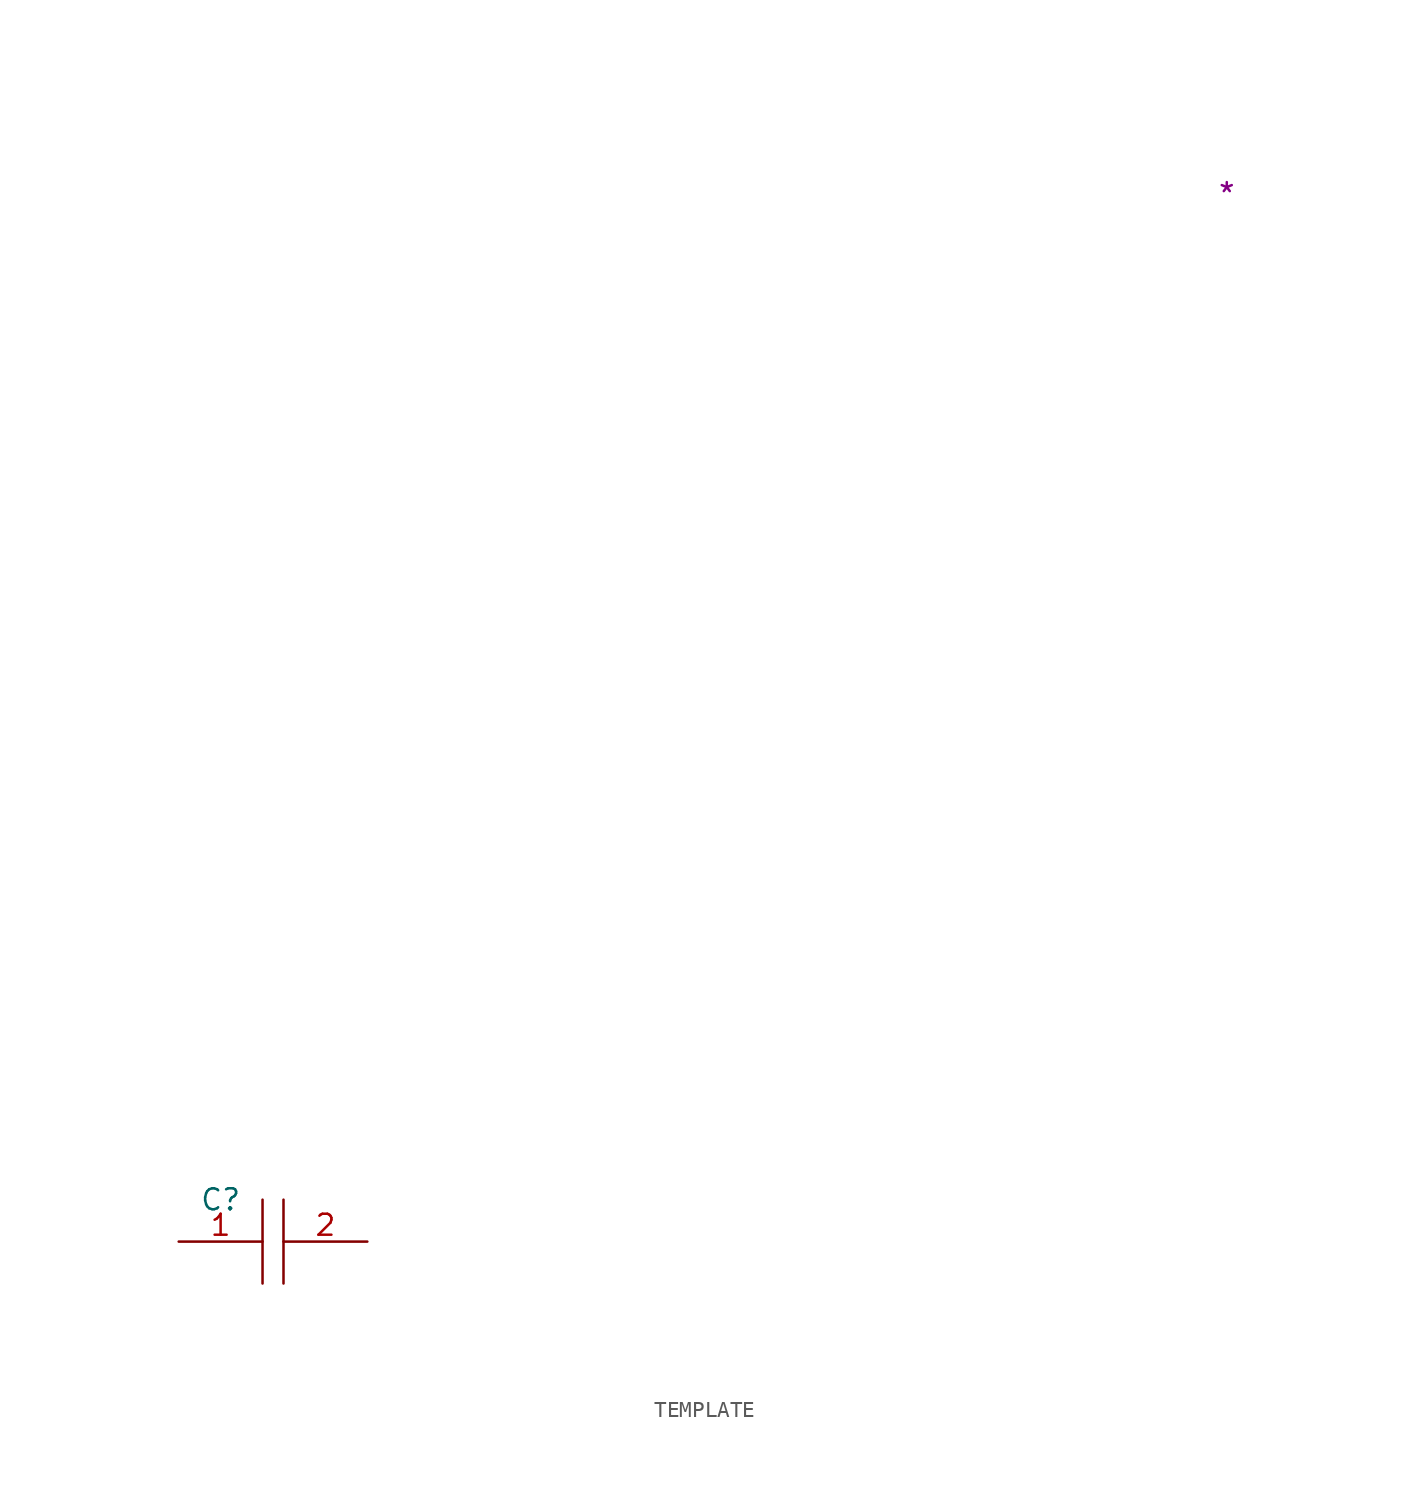
<source format=kicad_sym>
(kicad_symbol_lib
  (version 20241209)
  (generator "kicad_symbol_editor")
  (generator_version "9.0")
  (symbol "TEMPLATE"
    (pin_names
      (offset 1.016))
    (property "Reference" "C"
      (at -2.54 2.54 0)
      (effects (font (size 1.27 1.27))))
    (property "_Value_" "*"
      (at 58.42 63.5 0)
      (effects (font (size 1.27 1.27))))
    (symbol "TEMPLATE_1_1"
      (polyline (pts (xy 0 2.54) (xy 0 -2.54)) (stroke (width 0) (type solid)) (fill (type none)))
      (polyline (pts (xy 1.27 2.54) (xy 1.27 -2.54)) (stroke (width 0) (type solid)) (fill (type none)))
      (pin input line (at -5.08 0 0) (length 5.08) (name "~" (effects (font (size 1.27 1.27)))) (number "1" (effects (font (size 1.27 1.27)))))
      (pin input line (at 6.35 0 180) (length 5.08) (name "~" (effects (font (size 1.27 1.27)))) (number "2" (effects (font (size 1.27 1.27))))))))
</source>
